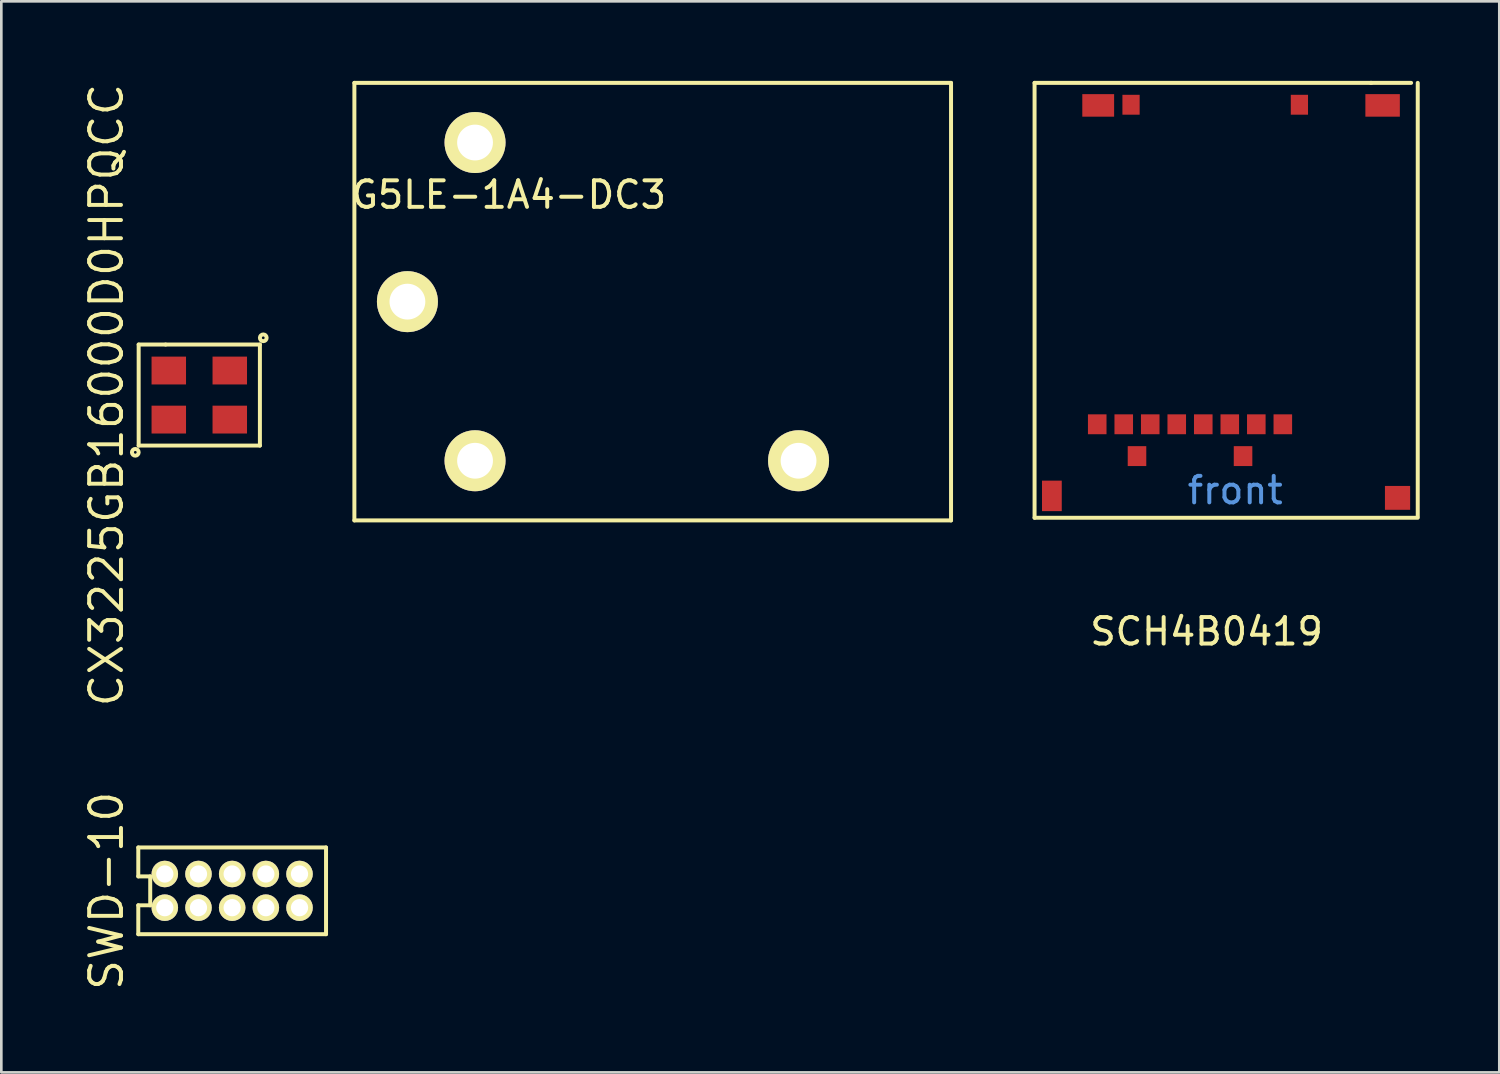
<source format=kicad_pcb>
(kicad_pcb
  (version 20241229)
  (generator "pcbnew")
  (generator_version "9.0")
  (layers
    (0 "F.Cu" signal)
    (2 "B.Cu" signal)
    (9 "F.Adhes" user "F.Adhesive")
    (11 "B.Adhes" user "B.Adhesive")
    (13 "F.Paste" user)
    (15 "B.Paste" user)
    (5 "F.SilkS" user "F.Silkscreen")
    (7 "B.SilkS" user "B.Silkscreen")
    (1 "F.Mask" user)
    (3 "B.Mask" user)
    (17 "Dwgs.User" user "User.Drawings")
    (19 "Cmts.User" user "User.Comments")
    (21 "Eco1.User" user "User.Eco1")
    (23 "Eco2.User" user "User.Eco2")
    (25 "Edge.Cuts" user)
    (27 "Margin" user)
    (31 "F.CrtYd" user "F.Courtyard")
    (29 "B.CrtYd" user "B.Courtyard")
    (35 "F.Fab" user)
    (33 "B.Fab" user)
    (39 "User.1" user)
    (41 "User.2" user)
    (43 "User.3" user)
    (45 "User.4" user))
  (footprint "SWD-10"
    (layer "F.Cu")
    (at 5.705 30.544)
    (property "Reference" "SWD-10" (at -4.74 0 90) (layer "F.SilkS") (effects (font (size 1.2 1.2) (thickness 0.15))))
    (attr through_hole)
    (fp_line (start -3.54 -1.635) (end -3.54 -0.545) (stroke (width 0.15) (type solid)) (layer "F.SilkS"))
    (fp_line (start -3.54 -0.545) (end -3.09 -0.545) (stroke (width 0.15) (type solid)) (layer "F.SilkS"))
    (fp_line (start -3.54 0.545) (end -3.54 1.635) (stroke (width 0.15) (type solid)) (layer "F.SilkS"))
    (fp_line (start -3.54 1.635) (end 3.54 1.635) (stroke (width 0.15) (type solid)) (layer "F.SilkS"))
    (fp_line (start -3.09 -0.545) (end -3.09 0.545) (stroke (width 0.15) (type solid)) (layer "F.SilkS"))
    (fp_line (start -3.09 0.545) (end -3.54 0.545) (stroke (width 0.15) (type solid)) (layer "F.SilkS"))
    (fp_line (start 3.54 -1.635) (end -3.54 -1.635) (stroke (width 0.15) (type solid)) (layer "F.SilkS"))
    (fp_line (start 3.54 1.635) (end 3.54 -1.635) (stroke (width 0.15) (type solid)) (layer "F.SilkS"))
    (pad "1" thru_hole circle (at -2.54 0.635) (size 1 1) (drill 0.65) (layers "*.Cu" "*.Mask" "F.SilkS"))
    (pad "2" thru_hole circle (at -1.27 0.635) (size 1 1) (drill 0.65) (layers "*.Cu" "*.Mask" "F.SilkS"))
    (pad "3" thru_hole circle (at 0 0.635) (size 1 1) (drill 0.65) (layers "*.Cu" "*.Mask" "F.SilkS"))
    (pad "4" thru_hole circle (at 1.27 0.635) (size 1 1) (drill 0.65) (layers "*.Cu" "*.Mask" "F.SilkS"))
    (pad "5" thru_hole circle (at 2.54 0.635) (size 1 1) (drill 0.65) (layers "*.Cu" "*.Mask" "F.SilkS"))
    (pad "6" thru_hole circle (at 2.54 -0.635) (size 1 1) (drill 0.65) (layers "*.Cu" "*.Mask" "F.SilkS"))
    (pad "7" thru_hole circle (at 1.27 -0.635) (size 1 1) (drill 0.65) (layers "*.Cu" "*.Mask" "F.SilkS"))
    (pad "8" thru_hole circle (at 0 -0.635) (size 1 1) (drill 0.65) (layers "*.Cu" "*.Mask" "F.SilkS"))
    (pad "9" thru_hole circle (at -1.27 -0.635) (size 1 1) (drill 0.65) (layers "*.Cu" "*.Mask" "F.SilkS"))
    (pad "10" thru_hole circle (at -2.54 -0.635) (size 1 1) (drill 0.65) (layers "*.Cu" "*.Mask" "F.SilkS")))
  (footprint "CX3225GB16000D0HPQCC"
    (layer "F.Cu")
    (at 4.465 11.848)
    (property "Reference" "CX3225GB16000D0HPQCC" (at -3.5 0 90) (layer "F.SilkS") (effects (font (size 1.2 1.2) (thickness 0.15))))
    (attr through_hole)
    (fp_line (start -2.286 -1.905) (end -2.286 1.905) (stroke (width 0.15) (type solid)) (layer "F.SilkS"))
    (fp_line (start -2.286 1.905) (end 2.286 1.905) (stroke (width 0.15) (type solid)) (layer "F.SilkS"))
    (fp_line (start -1.27 -1.905) (end -2.286 -1.905) (stroke (width 0.15) (type solid)) (layer "F.SilkS"))
    (fp_line (start 2.286 -1.905) (end -1.27 -1.905) (stroke (width 0.15) (type solid)) (layer "F.SilkS"))
    (fp_line (start 2.286 1.905) (end 2.286 -1.905) (stroke (width 0.15) (type solid)) (layer "F.SilkS"))
    (fp_circle (center -2.413 2.159) (end -2.286 2.159) (stroke (width 0.15) (type solid)) (fill no) (layer "F.SilkS"))
    (fp_circle (center 2.413 -2.159) (end 2.54 -2.159) (stroke (width 0.15) (type solid)) (fill no) (layer "F.SilkS"))
    (pad "1" smd rect (at -1.15 0.925) (size 1.3 1.05) (layers "F.Cu" "F.Mask" "F.Paste"))
    (pad "2" smd rect (at 1.15 -0.925) (size 1.3 1.05) (layers "F.Cu" "F.Mask" "F.Paste"))
    (pad "3" smd rect (at 1.15 0.925) (size 1.3 1.05) (layers "F.Cu" "F.Mask" "F.Paste"))
    (pad "4" smd rect (at -1.15 -0.925) (size 1.3 1.05) (layers "F.Cu" "F.Mask" "F.Paste")))
  (footprint "SCH4B0419"
    (layer "F.Cu")
    (at 36.164 16.075)
    (property "Reference" "SCH4B0419" (at 6.287 4.689 0) (layer "F.SilkS") (effects (font (size 1 1) (thickness 0.15))))
    (attr through_hole)
    (fp_line (start -0.2 -16) (end 12.5 -16) (stroke (width 0.15) (type solid)) (layer "F.SilkS"))
    (fp_line (start -0.2 0.4) (end -0.2 -16) (stroke (width 0.15) (type solid)) (layer "F.SilkS"))
    (fp_line (start -0.2 0.4) (end 14.25 0.4) (stroke (width 0.15) (type solid)) (layer "F.SilkS"))
    (fp_line (start 12.479 -16) (end 14 -16) (stroke (width 0.15) (type solid)) (layer "F.SilkS"))
    (fp_line (start 14.25 0.35) (end 14.25 -16) (stroke (width 0.15) (type solid)) (layer "F.SilkS"))
    (fp_text user "front" (at 7.366 -0.635 0) (layer "Cmts.User") (effects (font (size 1 1) (thickness 0.15))))
    (pad "1" smd rect (at 9.162 -3.125) (size 0.7 0.75) (layers "F.Cu" "F.Mask" "F.Paste"))
    (pad "2" smd rect (at 8.162 -3.125) (size 0.7 0.75) (layers "F.Cu" "F.Mask" "F.Paste"))
    (pad "3" smd rect (at 7.162 -3.125) (size 0.7 0.75) (layers "F.Cu" "F.Mask" "F.Paste"))
    (pad "4" smd rect (at 6.162 -3.125) (size 0.7 0.75) (layers "F.Cu" "F.Mask" "F.Paste"))
    (pad "5" smd rect (at 5.162 -3.125) (size 0.7 0.75) (layers "F.Cu" "F.Mask" "F.Paste"))
    (pad "6" smd rect (at 0.453 -0.425) (size 0.745 1.15) (layers "F.Cu" "F.Mask" "F.Paste"))
    (pad "6" smd rect (at 2.2 -15.15) (size 1.2 0.85) (layers "F.Cu" "F.Mask" "F.Paste"))
    (pad "6" smd rect (at 3.663 -1.925) (size 0.7 0.75) (layers "F.Cu" "F.Mask" "F.Paste"))
    (pad "6" smd rect (at 4.162 -3.125) (size 0.7 0.75) (layers "F.Cu" "F.Mask" "F.Paste"))
    (pad "6" smd rect (at 7.662 -1.925) (size 0.7 0.75) (layers "F.Cu" "F.Mask" "F.Paste"))
    (pad "6" smd rect (at 12.925 -15.15) (size 1.3 0.85) (layers "F.Cu" "F.Mask" "F.Paste"))
    (pad "6" smd rect (at 13.488 -0.35) (size 0.95 0.9) (layers "F.Cu" "F.Mask" "F.Paste"))
    (pad "7" smd rect (at 3.163 -3.125) (size 0.7 0.75) (layers "F.Cu" "F.Mask" "F.Paste"))
    (pad "8" smd rect (at 2.163 -3.125) (size 0.7 0.75) (layers "F.Cu" "F.Mask" "F.Paste"))
    (pad "9" smd rect (at 3.438 -15.175) (size 0.65 0.75) (layers "F.Cu" "F.Mask" "F.Paste"))
    (pad "10" smd rect (at 9.787 -15.175) (size 0.65 0.75) (layers "F.Cu" "F.Mask" "F.Paste")))
  (footprint "G5LE-1A4-DC3"
    (layer "F.Cu")
    (at 14.864 14.325)
    (property "Reference" "G5LE-1A4-DC3" (at 1.27 -10.03 0) (layer "F.SilkS") (effects (font (size 1 1) (thickness 0.15))))
    (attr through_hole)
    (fp_line (start -4.55 -14.25) (end -4.55 2.25) (stroke (width 0.15) (type solid)) (layer "F.SilkS"))
    (fp_line (start -4.55 -14.25) (end 17.95 -14.25) (stroke (width 0.15) (type solid)) (layer "F.SilkS"))
    (fp_line (start -4.55 2.25) (end 17.95 2.25) (stroke (width 0.15) (type solid)) (layer "F.SilkS"))
    (fp_line (start 17.95 -14.25) (end 17.95 2.25) (stroke (width 0.15) (type solid)) (layer "F.SilkS"))
    (pad "1" thru_hole circle (at -2.55 -6) (size 2.3 2.3) (drill 1.35) (layers "*.Cu" "*.Mask" "F.SilkS"))
    (pad "2" thru_hole circle (at 0 -12) (size 2.3 2.3) (drill 1.35) (layers "*.Cu" "*.Mask" "F.SilkS"))
    (pad "3" thru_hole circle (at 12.2 0) (size 2.3 2.3) (drill 1.35) (layers "*.Cu" "*.Mask" "F.SilkS"))
    (pad "4" thru_hole circle (at 0 0) (size 2.3 2.3) (drill 1.35) (layers "*.Cu" "*.Mask" "F.SilkS")))
  (gr_rect
    (start -3 -3)
    (end 53.489 37.391)
    (stroke (width 0.1) (type default))
    (fill no)
    (layer "Edge.Cuts")))
</source>
